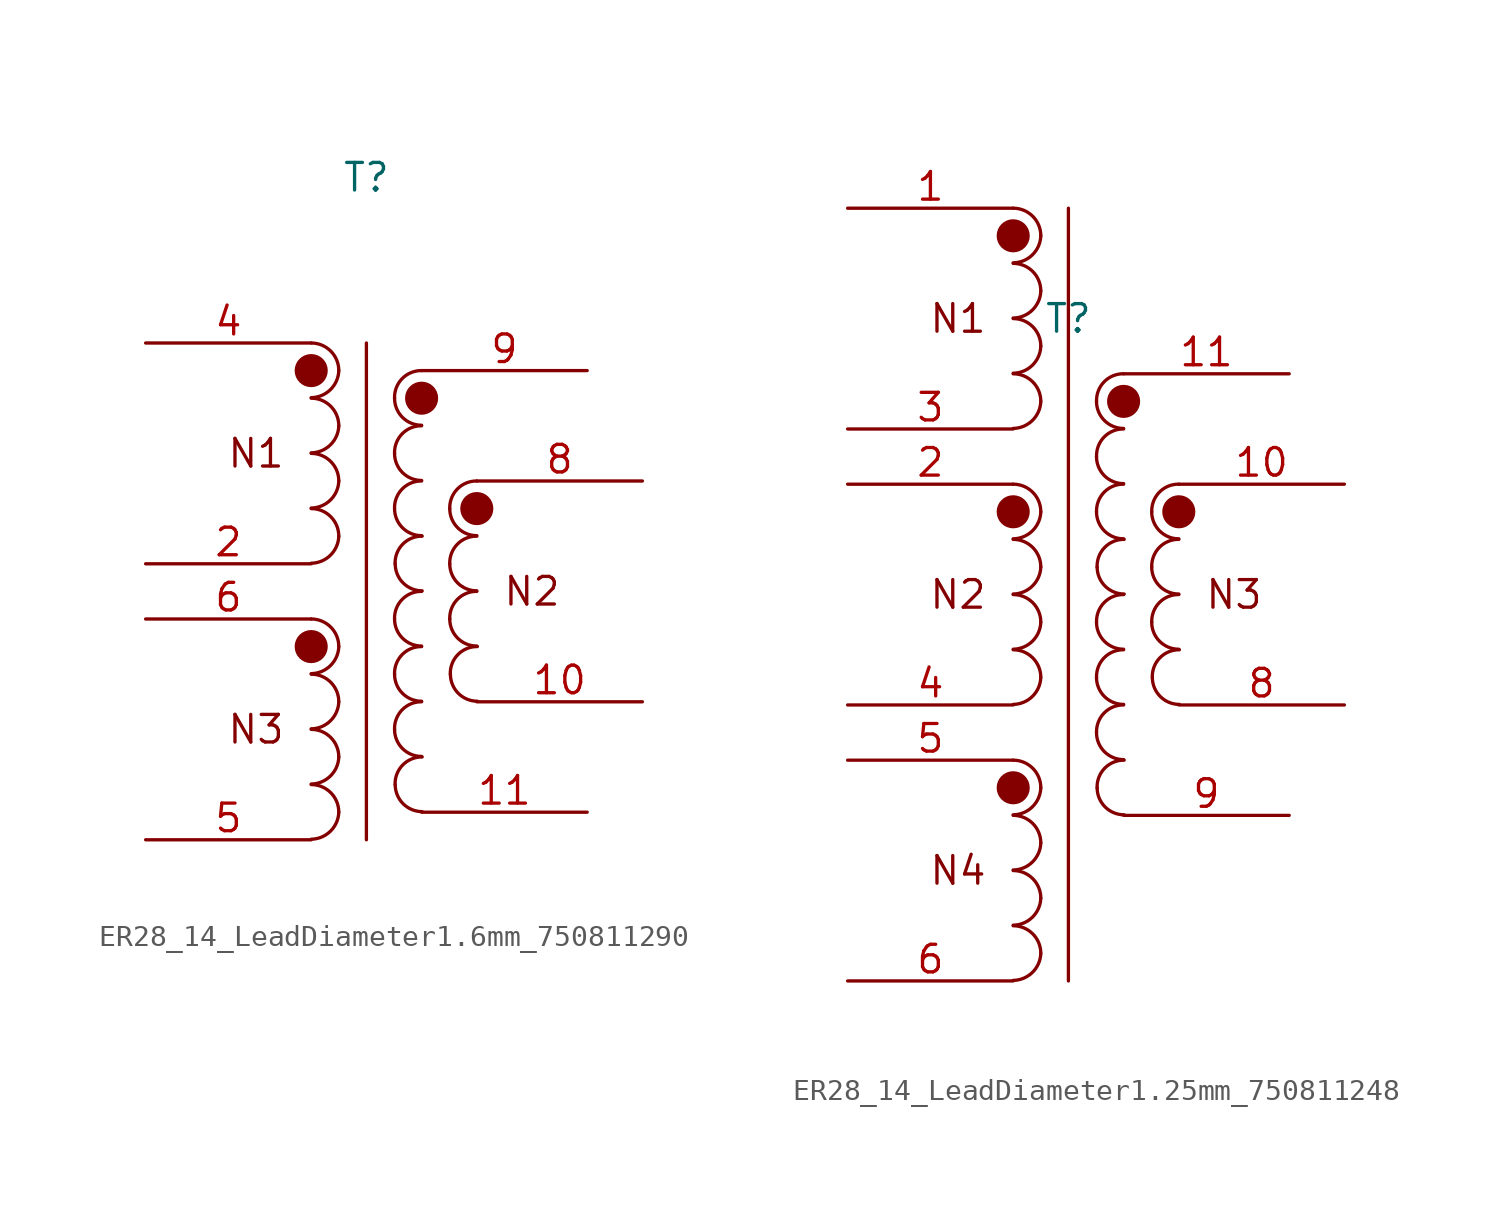
<source format=kicad_sym>
(kicad_symbol_lib
  (version 20220914)
  (generator kicad_symbol_editor)
  (symbol "ER28_14_LeadDiameter1.6mm_750811290"
    (pin_names hide)
    (property "Reference" "T"
      (at 0 19.05 0)
      (effects (font (size 1.27 1.27))))
    (symbol "ER28_14_LeadDiameter1.6mm_750811290_0_1"
      (arc (start -2.54 -11.4046) (mid -1.6561 -11.0363) (end -1.27 -10.16) (stroke (width 0) (type default)) (fill (type none)))
      (arc (start -2.54 -8.8646) (mid -1.6561 -8.4963) (end -1.27 -7.62) (stroke (width 0) (type default)) (fill (type none)))
      (arc (start -2.54 -6.3246) (mid -1.6561 -5.9563) (end -1.27 -5.08) (stroke (width 0) (type default)) (fill (type none)))
      (arc (start -2.54 -3.7846) (mid -1.6561 -3.4163) (end -1.27 -2.54) (stroke (width 0) (type default)) (fill (type none)))
      (arc (start -2.54 1.2954) (mid -1.6561 1.6637) (end -1.27 2.54) (stroke (width 0) (type default)) (fill (type none)))
      (arc (start -2.54 3.8354) (mid -1.6561 4.2037) (end -1.27 5.08) (stroke (width 0) (type default)) (fill (type none)))
      (arc (start -2.54 6.3754) (mid -1.6561 6.7437) (end -1.27 7.62) (stroke (width 0) (type default)) (fill (type none)))
      (arc (start -2.54 8.9154) (mid -1.6561 9.2837) (end -1.27 10.16) (stroke (width 0) (type default)) (fill (type none)))
      (arc (start -1.27 -10.16) (mid -1.642 -9.262) (end -2.54 -8.89) (stroke (width 0) (type default)) (fill (type none)))
      (arc (start -1.27 -7.62) (mid -1.642 -6.722) (end -2.54 -6.35) (stroke (width 0) (type default)) (fill (type none)))
      (arc (start -1.27 -5.08) (mid -1.642 -4.182) (end -2.54 -3.81) (stroke (width 0) (type default)) (fill (type none)))
      (arc (start -1.27 -2.54) (mid -1.642 -1.642) (end -2.54 -1.27) (stroke (width 0) (type default)) (fill (type none)))
      (arc (start -1.27 2.54) (mid -1.642 3.438) (end -2.54 3.81) (stroke (width 0) (type default)) (fill (type none)))
      (arc (start -1.27 5.08) (mid -1.642 5.978) (end -2.54 6.35) (stroke (width 0) (type default)) (fill (type none)))
      (arc (start -1.27 7.62) (mid -1.642 8.518) (end -2.54 8.89) (stroke (width 0) (type default)) (fill (type none)))
      (arc (start -1.27 10.16) (mid -1.642 11.058) (end -2.54 11.43) (stroke (width 0) (type default)) (fill (type none)))
      (polyline (pts (xy 0 11.43) (xy 0 -11.43)) (stroke (width 0) (type default)) (fill (type none)))
      (arc (start 1.2954 -6.35) (mid 1.6599 -7.2301) (end 2.54 -7.5946) (stroke (width 0) (type default)) (fill (type none)))
      (arc (start 1.2954 -3.81) (mid 1.6599 -4.6901) (end 2.54 -5.0546) (stroke (width 0) (type default)) (fill (type none)))
      (arc (start 1.2954 -1.27) (mid 1.6599 -2.1501) (end 2.54 -2.5146) (stroke (width 0) (type default)) (fill (type none)))
      (arc (start 1.2954 3.81) (mid 1.6599 2.9299) (end 2.54 2.5654) (stroke (width 0) (type default)) (fill (type none)))
      (arc (start 1.2954 6.35) (mid 1.6599 5.4699) (end 2.54 5.1054) (stroke (width 0) (type default)) (fill (type none)))
      (arc (start 1.2954 8.89) (mid 1.6599 8.0099) (end 2.54 7.6454) (stroke (width 0) (type default)) (fill (type none)))
      (arc (start 1.3208 -8.89) (mid 1.6854 -9.7699) (end 2.5654 -10.1346) (stroke (width 0) (type default)) (fill (type none)))
      (arc (start 1.3208 1.27) (mid 1.6854 0.3901) (end 2.5654 0.0254) (stroke (width 0) (type default)) (fill (type none)))
      (arc (start 2.54 -5.08) (mid 1.6458 -5.4485) (end 1.2954 -6.35) (stroke (width 0) (type default)) (fill (type none)))
      (arc (start 2.54 -2.54) (mid 1.6458 -2.9085) (end 1.2954 -3.81) (stroke (width 0) (type default)) (fill (type none)))
      (arc (start 2.54 0) (mid 1.6458 -0.3685) (end 1.2954 -1.27) (stroke (width 0) (type default)) (fill (type none)))
      (arc (start 2.54 5.08) (mid 1.6458 4.7115) (end 1.2954 3.81) (stroke (width 0) (type default)) (fill (type none)))
      (arc (start 2.54 7.62) (mid 1.6458 7.2515) (end 1.2954 6.35) (stroke (width 0) (type default)) (fill (type none)))
      (arc (start 2.54 10.16) (mid 1.6458 9.7915) (end 1.2954 8.89) (stroke (width 0) (type default)) (fill (type none)))
      (arc (start 2.5654 -7.62) (mid 1.6709 -7.9883) (end 1.3208 -8.89) (stroke (width 0) (type default)) (fill (type none)))
      (arc (start 2.5654 2.54) (mid 1.6709 2.1717) (end 1.3208 1.27) (stroke (width 0) (type default)) (fill (type none)))
      (arc (start 3.8354 -1.27) (mid 4.1999 -2.1501) (end 5.08 -2.5146) (stroke (width 0) (type default)) (fill (type none)))
      (arc (start 3.8354 1.27) (mid 4.1999 0.3899) (end 5.08 0.0254) (stroke (width 0) (type default)) (fill (type none)))
      (arc (start 3.8354 3.81) (mid 4.1999 2.9299) (end 5.08 2.5654) (stroke (width 0) (type default)) (fill (type none)))
      (arc (start 3.8608 -3.81) (mid 4.2253 -4.6903) (end 5.1054 -5.0546) (stroke (width 0) (type default)) (fill (type none)))
      (arc (start 5.08 0) (mid 4.1858 -0.3685) (end 3.8354 -1.27) (stroke (width 0) (type default)) (fill (type none)))
      (arc (start 5.08 2.54) (mid 4.1858 2.1715) (end 3.8354 1.27) (stroke (width 0) (type default)) (fill (type none)))
      (arc (start 5.08 5.08) (mid 4.1858 4.7115) (end 3.8354 3.81) (stroke (width 0) (type default)) (fill (type none)))
      (arc (start 5.1054 -2.54) (mid 4.2109 -2.9083) (end 3.8608 -3.81) (stroke (width 0) (type default)) (fill (type none))))
    (symbol "ER28_14_LeadDiameter1.6mm_750811290_1_1"
      (circle (center -2.54 -2.54) (radius 0.0001) (stroke (width 0.762) (type default)) (fill (type none)))
      (circle (center -2.54 10.16) (radius 0.0001) (stroke (width 0.762) (type default)) (fill (type none)))
      (circle (center 2.54 8.89) (radius 0.0001) (stroke (width 0.762) (type default)) (fill (type none)))
      (circle (center 5.08 3.81) (radius 0.0001) (stroke (width 0.762) (type default)) (fill (type none)))
      (text "N1" (at -5.08 6.35 0) (effects (font (size 1.27 1.27))))
      (text "N2" (at 7.62 0 0) (effects (font (size 1.27 1.27))))
      (text "N3" (at -5.08 -6.35 0) (effects (font (size 1.27 1.27))))
      (pin passive line (at 12.7 -5.08 180) (length 7.62) (name "10" (effects (font (size 1.27 1.27)))) (number "10" (effects (font (size 1.27 1.27)))))
      (pin passive line (at 10.16 -10.16 180) (length 7.62) (name "11" (effects (font (size 1.27 1.27)))) (number "11" (effects (font (size 1.27 1.27)))))
      (pin passive line (at -10.16 1.27 0) (length 7.62) (name "2" (effects (font (size 1.27 1.27)))) (number "2" (effects (font (size 1.27 1.27)))))
      (pin passive line (at -10.16 11.43 0) (length 7.62) (name "4" (effects (font (size 1.27 1.27)))) (number "4" (effects (font (size 1.27 1.27)))))
      (pin passive line (at -10.16 -11.43 0) (length 7.62) (name "5" (effects (font (size 1.27 1.27)))) (number "5" (effects (font (size 1.27 1.27)))))
      (pin passive line (at -10.16 -1.27 0) (length 7.62) (name "6" (effects (font (size 1.27 1.27)))) (number "6" (effects (font (size 1.27 1.27)))))
      (pin passive line (at 12.7 5.08 180) (length 7.62) (name "8" (effects (font (size 1.27 1.27)))) (number "8" (effects (font (size 1.27 1.27)))))
      (pin passive line (at 10.16 10.16 180) (length 7.62) (name "9" (effects (font (size 1.27 1.27)))) (number "9" (effects (font (size 1.27 1.27)))))))
  (symbol "ER28_14_LeadDiameter1.25mm_750811248"
    (pin_names hide)
    (property "Reference" "T"
      (at 0 12.7 0)
      (effects (font (size 1.27 1.27))))
    (symbol "ER28_14_LeadDiameter1.25mm_750811248_0_1"
      (arc (start -2.54 -17.7546) (mid -1.6561 -17.3863) (end -1.27 -16.51) (stroke (width 0) (type default)) (fill (type none)))
      (arc (start -2.54 -15.2146) (mid -1.6561 -14.8463) (end -1.27 -13.97) (stroke (width 0) (type default)) (fill (type none)))
      (arc (start -2.54 -12.6746) (mid -1.6561 -12.3063) (end -1.27 -11.43) (stroke (width 0) (type default)) (fill (type none)))
      (arc (start -2.54 -10.1346) (mid -1.6561 -9.7663) (end -1.27 -8.89) (stroke (width 0) (type default)) (fill (type none)))
      (arc (start -2.54 -5.0546) (mid -1.6599 -4.6901) (end -1.27 -3.81) (stroke (width 0) (type default)) (fill (type none)))
      (arc (start -2.54 -2.5146) (mid -1.6599 -2.1501) (end -1.27 -1.27) (stroke (width 0) (type default)) (fill (type none)))
      (arc (start -2.54 0.0254) (mid -1.6599 0.3899) (end -1.27 1.27) (stroke (width 0) (type default)) (fill (type none)))
      (arc (start -2.54 2.5654) (mid -1.6599 2.9299) (end -1.27 3.81) (stroke (width 0) (type default)) (fill (type none)))
      (arc (start -2.54 7.6454) (mid -1.6561 8.0137) (end -1.27 8.89) (stroke (width 0) (type default)) (fill (type none)))
      (arc (start -2.54 10.1854) (mid -1.6561 10.5537) (end -1.27 11.43) (stroke (width 0) (type default)) (fill (type none)))
      (arc (start -2.54 12.7254) (mid -1.6561 13.0937) (end -1.27 13.97) (stroke (width 0) (type default)) (fill (type none)))
      (arc (start -2.54 15.2654) (mid -1.6561 15.6337) (end -1.27 16.51) (stroke (width 0) (type default)) (fill (type none)))
      (arc (start -1.27 -16.51) (mid -1.642 -15.612) (end -2.54 -15.24) (stroke (width 0) (type default)) (fill (type none)))
      (arc (start -1.27 -13.97) (mid -1.642 -13.072) (end -2.54 -12.7) (stroke (width 0) (type default)) (fill (type none)))
      (arc (start -1.27 -11.43) (mid -1.642 -10.532) (end -2.54 -10.16) (stroke (width 0) (type default)) (fill (type none)))
      (arc (start -1.27 -8.89) (mid -1.642 -7.992) (end -2.54 -7.62) (stroke (width 0) (type default)) (fill (type none)))
      (arc (start -1.27 -3.81) (mid -1.642 -2.912) (end -2.54 -2.54) (stroke (width 0) (type default)) (fill (type none)))
      (arc (start -1.27 -1.27) (mid -1.642 -0.372) (end -2.54 0) (stroke (width 0) (type default)) (fill (type none)))
      (arc (start -1.27 1.27) (mid -1.642 2.168) (end -2.54 2.54) (stroke (width 0) (type default)) (fill (type none)))
      (arc (start -1.27 3.81) (mid -1.642 4.708) (end -2.54 5.08) (stroke (width 0) (type default)) (fill (type none)))
      (arc (start -1.27 8.89) (mid -1.642 9.788) (end -2.54 10.16) (stroke (width 0) (type default)) (fill (type none)))
      (arc (start -1.27 11.43) (mid -1.642 12.328) (end -2.54 12.7) (stroke (width 0) (type default)) (fill (type none)))
      (arc (start -1.27 13.97) (mid -1.642 14.868) (end -2.54 15.24) (stroke (width 0) (type default)) (fill (type none)))
      (arc (start -1.27 16.51) (mid -1.642 17.408) (end -2.54 17.78) (stroke (width 0) (type default)) (fill (type none)))
      (polyline (pts (xy 0 17.78) (xy 0 -17.78)) (stroke (width 0) (type default)) (fill (type none)))
      (arc (start 1.2954 -6.35) (mid 1.6599 -7.2301) (end 2.54 -7.5946) (stroke (width 0) (type default)) (fill (type none)))
      (arc (start 1.2954 -3.81) (mid 1.6599 -4.6901) (end 2.54 -5.0546) (stroke (width 0) (type default)) (fill (type none)))
      (arc (start 1.2954 -1.27) (mid 1.6599 -2.1501) (end 2.54 -2.5146) (stroke (width 0) (type default)) (fill (type none)))
      (arc (start 1.2954 3.81) (mid 1.6599 2.9299) (end 2.54 2.5654) (stroke (width 0) (type default)) (fill (type none)))
      (arc (start 1.2954 6.35) (mid 1.6599 5.4699) (end 2.54 5.1054) (stroke (width 0) (type default)) (fill (type none)))
      (arc (start 1.2954 8.89) (mid 1.6599 8.0099) (end 2.54 7.6454) (stroke (width 0) (type default)) (fill (type none)))
      (arc (start 1.3208 -8.89) (mid 1.6854 -9.7699) (end 2.5654 -10.1346) (stroke (width 0) (type default)) (fill (type none)))
      (arc (start 1.3208 1.27) (mid 1.6854 0.3901) (end 2.5654 0.0254) (stroke (width 0) (type default)) (fill (type none)))
      (arc (start 2.54 -5.08) (mid 1.6458 -5.4485) (end 1.2954 -6.35) (stroke (width 0) (type default)) (fill (type none)))
      (arc (start 2.54 -2.54) (mid 1.6458 -2.9085) (end 1.2954 -3.81) (stroke (width 0) (type default)) (fill (type none)))
      (arc (start 2.54 0) (mid 1.6458 -0.3685) (end 1.2954 -1.27) (stroke (width 0) (type default)) (fill (type none)))
      (arc (start 2.54 5.08) (mid 1.6458 4.7115) (end 1.2954 3.81) (stroke (width 0) (type default)) (fill (type none)))
      (arc (start 2.54 7.62) (mid 1.6458 7.2515) (end 1.2954 6.35) (stroke (width 0) (type default)) (fill (type none)))
      (arc (start 2.54 10.16) (mid 1.6458 9.7915) (end 1.2954 8.89) (stroke (width 0) (type default)) (fill (type none)))
      (arc (start 2.5654 -7.62) (mid 1.6709 -7.9883) (end 1.3208 -8.89) (stroke (width 0) (type default)) (fill (type none)))
      (arc (start 2.5654 2.54) (mid 1.6709 2.1717) (end 1.3208 1.27) (stroke (width 0) (type default)) (fill (type none)))
      (arc (start 3.8354 -1.27) (mid 4.1999 -2.1501) (end 5.08 -2.5146) (stroke (width 0) (type default)) (fill (type none)))
      (arc (start 3.8354 1.27) (mid 4.1999 0.3899) (end 5.08 0.0254) (stroke (width 0) (type default)) (fill (type none)))
      (arc (start 3.8354 3.81) (mid 4.1999 2.9299) (end 5.08 2.5654) (stroke (width 0) (type default)) (fill (type none)))
      (arc (start 3.8608 -3.81) (mid 4.2253 -4.6903) (end 5.1054 -5.0546) (stroke (width 0) (type default)) (fill (type none)))
      (arc (start 5.08 0) (mid 4.1858 -0.3685) (end 3.8354 -1.27) (stroke (width 0) (type default)) (fill (type none)))
      (arc (start 5.08 2.54) (mid 4.1858 2.1715) (end 3.8354 1.27) (stroke (width 0) (type default)) (fill (type none)))
      (arc (start 5.08 5.08) (mid 4.1858 4.7115) (end 3.8354 3.81) (stroke (width 0) (type default)) (fill (type none)))
      (arc (start 5.1054 -2.54) (mid 4.2109 -2.9083) (end 3.8608 -3.81) (stroke (width 0) (type default)) (fill (type none))))
    (symbol "ER28_14_LeadDiameter1.25mm_750811248_1_1"
      (circle (center -2.54 -8.89) (radius 0.0001) (stroke (width 0.762) (type default)) (fill (type none)))
      (circle (center -2.54 3.81) (radius 0.0001) (stroke (width 0.762) (type default)) (fill (type none)))
      (circle (center -2.54 16.51) (radius 0.0001) (stroke (width 0.762) (type default)) (fill (type none)))
      (circle (center 2.54 8.89) (radius 0.0001) (stroke (width 0.762) (type default)) (fill (type none)))
      (circle (center 5.08 3.81) (radius 0.0001) (stroke (width 0.762) (type default)) (fill (type none)))
      (text "N1" (at -5.08 12.7 0) (effects (font (size 1.27 1.27))))
      (text "N2" (at -5.08 0 0) (effects (font (size 1.27 1.27))))
      (text "N3" (at 7.62 0 0) (effects (font (size 1.27 1.27))))
      (text "N4" (at -5.08 -12.7 0) (effects (font (size 1.27 1.27))))
      (pin passive line (at -10.16 17.78 0) (length 7.62) (name "1" (effects (font (size 1.27 1.27)))) (number "1" (effects (font (size 1.27 1.27)))))
      (pin passive line (at 12.7 5.08 180) (length 7.62) (name "10" (effects (font (size 1.27 1.27)))) (number "10" (effects (font (size 1.27 1.27)))))
      (pin passive line (at 10.16 10.16 180) (length 7.62) (name "11" (effects (font (size 1.27 1.27)))) (number "11" (effects (font (size 1.27 1.27)))))
      (pin passive line (at -10.16 5.08 0) (length 7.62) (name "2" (effects (font (size 1.27 1.27)))) (number "2" (effects (font (size 1.27 1.27)))))
      (pin passive line (at -10.16 7.62 0) (length 7.62) (name "3" (effects (font (size 1.27 1.27)))) (number "3" (effects (font (size 1.27 1.27)))))
      (pin passive line (at -10.16 -5.08 0) (length 7.62) (name "4" (effects (font (size 1.27 1.27)))) (number "4" (effects (font (size 1.27 1.27)))))
      (pin passive line (at -10.16 -7.62 0) (length 7.62) (name "5" (effects (font (size 1.27 1.27)))) (number "5" (effects (font (size 1.27 1.27)))))
      (pin passive line (at -10.16 -17.78 0) (length 7.62) (name "6" (effects (font (size 1.27 1.27)))) (number "6" (effects (font (size 1.27 1.27)))))
      (pin passive line (at 12.7 -5.08 180) (length 7.62) (name "8" (effects (font (size 1.27 1.27)))) (number "8" (effects (font (size 1.27 1.27)))))
      (pin passive line (at 10.16 -10.16 180) (length 7.62) (name "9" (effects (font (size 1.27 1.27)))) (number "9" (effects (font (size 1.27 1.27))))))))
</source>
